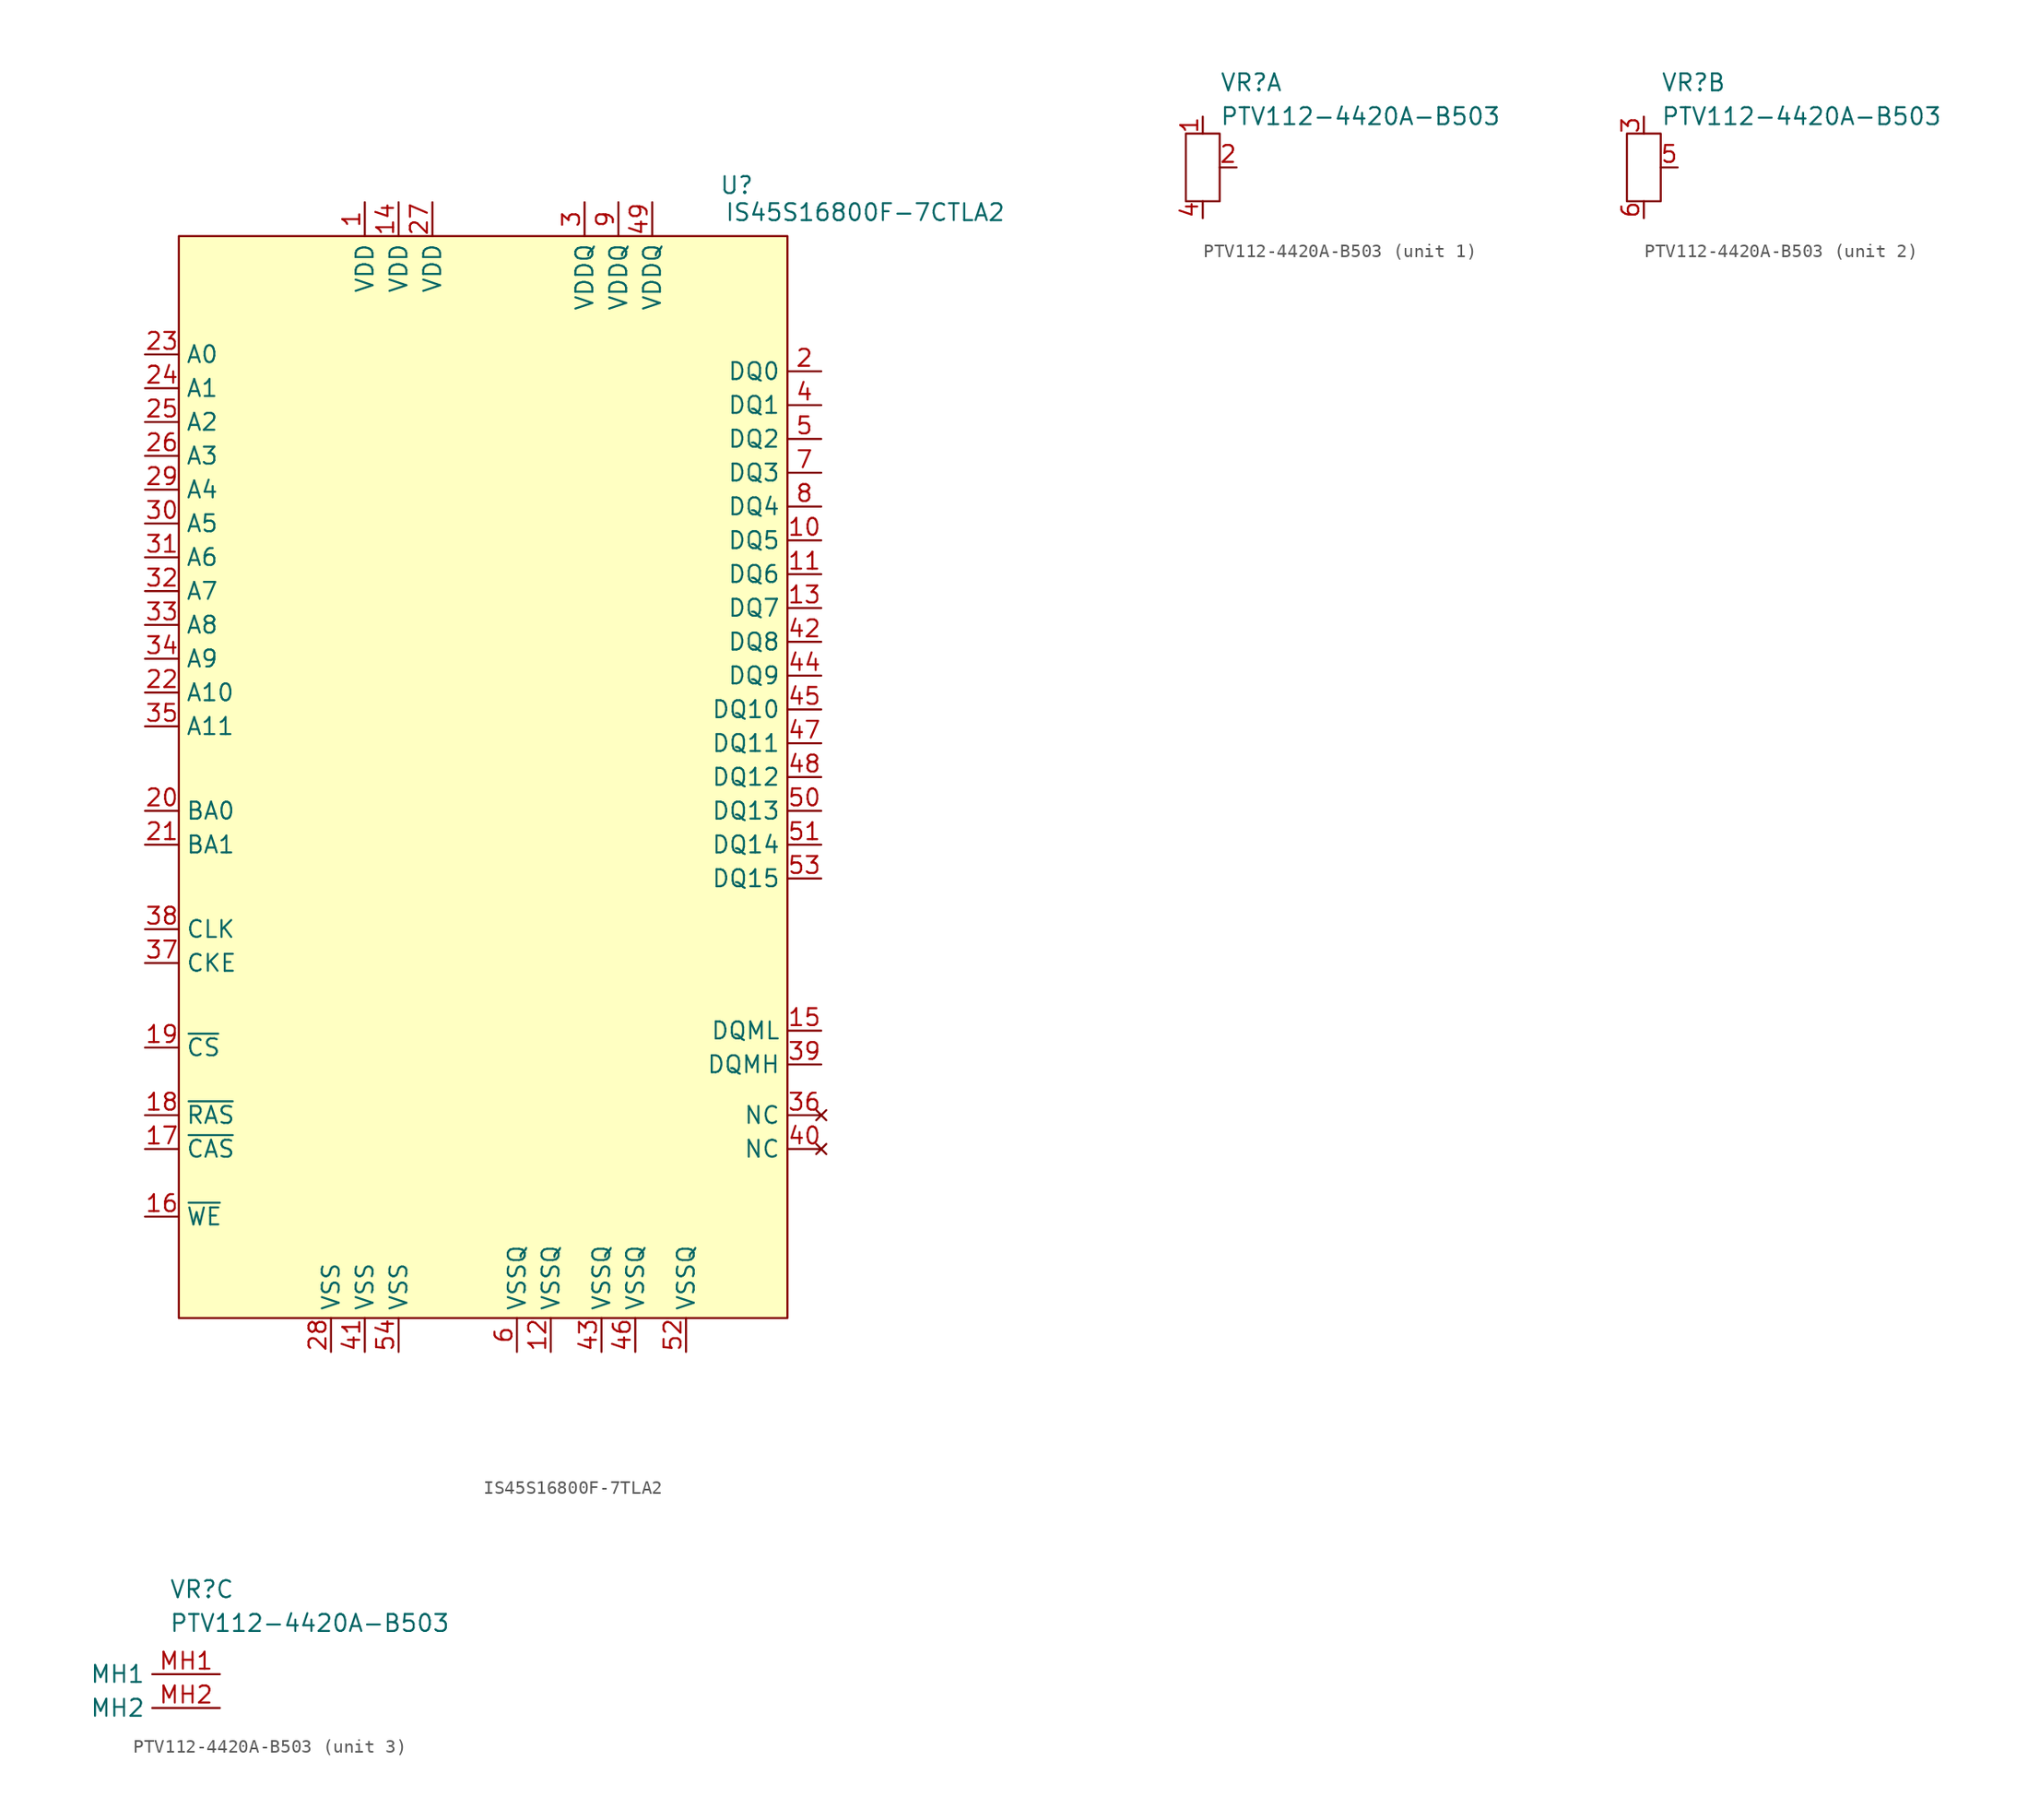
<source format=kicad_sym>
(kicad_symbol_lib
  (version 20231120)
  (generator "kicad_symbol_editor")
  (generator_version "8.0")
  (symbol "IS45S16800F-7TLA2"
    (property "Reference" "U"
      (at 19.05 43.18 0)
      (effects (font (size 1.27 1.27))))
    (property "Value" "IS45S16800F-7CTLA2"
      (at 28.702 41.148 0)
      (effects (font (size 1.27 1.27))))
    (symbol "IS45S16800F-7TLA2_1_1"
      (rectangle (start -22.86 39.37) (end 22.86 -41.91) (stroke (width 0) (type default)) (fill (type background)))
      (pin power_in line (at -8.89 41.91 270) (length 2.54) (name "VDD" (effects (font (size 1.27 1.27)))) (number "1" (effects (font (size 1.27 1.27)))))
      (pin bidirectional line (at 25.4 16.51 180) (length 2.54) (name "DQ5" (effects (font (size 1.27 1.27)))) (number "10" (effects (font (size 1.27 1.27)))))
      (pin bidirectional line (at 25.4 13.97 180) (length 2.54) (name "DQ6" (effects (font (size 1.27 1.27)))) (number "11" (effects (font (size 1.27 1.27)))))
      (pin input line (at 5.08 -44.45 90) (length 2.54) (name "VSSQ" (effects (font (size 1.27 1.27)))) (number "12" (effects (font (size 1.27 1.27)))))
      (pin bidirectional line (at 25.4 11.43 180) (length 2.54) (name "DQ7" (effects (font (size 1.27 1.27)))) (number "13" (effects (font (size 1.27 1.27)))))
      (pin power_in line (at -6.35 41.91 270) (length 2.54) (name "VDD" (effects (font (size 1.27 1.27)))) (number "14" (effects (font (size 1.27 1.27)))))
      (pin input line (at 25.4 -20.32 180) (length 2.54) (name "DQML" (effects (font (size 1.27 1.27)))) (number "15" (effects (font (size 1.27 1.27)))))
      (pin input line (at -25.4 -34.29 0) (length 2.54) (name "~{WE}" (effects (font (size 1.27 1.27)))) (number "16" (effects (font (size 1.27 1.27)))))
      (pin input line (at -25.4 -29.21 0) (length 2.54) (name "~{CAS}" (effects (font (size 1.27 1.27)))) (number "17" (effects (font (size 1.27 1.27)))))
      (pin input line (at -25.4 -26.67 0) (length 2.54) (name "~{RAS}" (effects (font (size 1.27 1.27)))) (number "18" (effects (font (size 1.27 1.27)))))
      (pin input line (at -25.4 -21.59 0) (length 2.54) (name "~{CS}" (effects (font (size 1.27 1.27)))) (number "19" (effects (font (size 1.27 1.27)))))
      (pin bidirectional line (at 25.4 29.21 180) (length 2.54) (name "DQ0" (effects (font (size 1.27 1.27)))) (number "2" (effects (font (size 1.27 1.27)))))
      (pin input line (at -25.4 -3.81 0) (length 2.54) (name "BA0" (effects (font (size 1.27 1.27)))) (number "20" (effects (font (size 1.27 1.27)))))
      (pin input line (at -25.4 -6.35 0) (length 2.54) (name "BA1" (effects (font (size 1.27 1.27)))) (number "21" (effects (font (size 1.27 1.27)))))
      (pin input line (at -25.4 5.08 0) (length 2.54) (name "A10" (effects (font (size 1.27 1.27)))) (number "22" (effects (font (size 1.27 1.27)))))
      (pin input line (at -25.4 30.48 0) (length 2.54) (name "A0" (effects (font (size 1.27 1.27)))) (number "23" (effects (font (size 1.27 1.27)))))
      (pin input line (at -25.4 27.94 0) (length 2.54) (name "A1" (effects (font (size 1.27 1.27)))) (number "24" (effects (font (size 1.27 1.27)))))
      (pin input line (at -25.4 25.4 0) (length 2.54) (name "A2" (effects (font (size 1.27 1.27)))) (number "25" (effects (font (size 1.27 1.27)))))
      (pin input line (at -25.4 22.86 0) (length 2.54) (name "A3" (effects (font (size 1.27 1.27)))) (number "26" (effects (font (size 1.27 1.27)))))
      (pin power_in line (at -3.81 41.91 270) (length 2.54) (name "VDD" (effects (font (size 1.27 1.27)))) (number "27" (effects (font (size 1.27 1.27)))))
      (pin power_in line (at -11.43 -44.45 90) (length 2.54) (name "VSS" (effects (font (size 1.27 1.27)))) (number "28" (effects (font (size 1.27 1.27)))))
      (pin input line (at -25.4 20.32 0) (length 2.54) (name "A4" (effects (font (size 1.27 1.27)))) (number "29" (effects (font (size 1.27 1.27)))))
      (pin power_in line (at 7.62 41.91 270) (length 2.54) (name "VDDQ" (effects (font (size 1.27 1.27)))) (number "3" (effects (font (size 1.27 1.27)))))
      (pin input line (at -25.4 17.78 0) (length 2.54) (name "A5" (effects (font (size 1.27 1.27)))) (number "30" (effects (font (size 1.27 1.27)))))
      (pin input line (at -25.4 15.24 0) (length 2.54) (name "A6" (effects (font (size 1.27 1.27)))) (number "31" (effects (font (size 1.27 1.27)))))
      (pin input line (at -25.4 12.7 0) (length 2.54) (name "A7" (effects (font (size 1.27 1.27)))) (number "32" (effects (font (size 1.27 1.27)))))
      (pin input line (at -25.4 10.16 0) (length 2.54) (name "A8" (effects (font (size 1.27 1.27)))) (number "33" (effects (font (size 1.27 1.27)))))
      (pin input line (at -25.4 7.62 0) (length 2.54) (name "A9" (effects (font (size 1.27 1.27)))) (number "34" (effects (font (size 1.27 1.27)))))
      (pin input line (at -25.4 2.54 0) (length 2.54) (name "A11" (effects (font (size 1.27 1.27)))) (number "35" (effects (font (size 1.27 1.27)))))
      (pin no_connect line (at 25.4 -26.67 180) (length 2.54) (name "NC" (effects (font (size 1.27 1.27)))) (number "36" (effects (font (size 1.27 1.27)))))
      (pin input line (at -25.4 -15.24 0) (length 2.54) (name "CKE" (effects (font (size 1.27 1.27)))) (number "37" (effects (font (size 1.27 1.27)))))
      (pin input line (at -25.4 -12.7 0) (length 2.54) (name "CLK" (effects (font (size 1.27 1.27)))) (number "38" (effects (font (size 1.27 1.27)))))
      (pin input line (at 25.4 -22.86 180) (length 2.54) (name "DQMH" (effects (font (size 1.27 1.27)))) (number "39" (effects (font (size 1.27 1.27)))))
      (pin bidirectional line (at 25.4 26.67 180) (length 2.54) (name "DQ1" (effects (font (size 1.27 1.27)))) (number "4" (effects (font (size 1.27 1.27)))))
      (pin no_connect line (at 25.4 -29.21 180) (length 2.54) (name "NC" (effects (font (size 1.27 1.27)))) (number "40" (effects (font (size 1.27 1.27)))))
      (pin power_in line (at -8.89 -44.45 90) (length 2.54) (name "VSS" (effects (font (size 1.27 1.27)))) (number "41" (effects (font (size 1.27 1.27)))))
      (pin bidirectional line (at 25.4 8.89 180) (length 2.54) (name "DQ8" (effects (font (size 1.27 1.27)))) (number "42" (effects (font (size 1.27 1.27)))))
      (pin input line (at 8.89 -44.45 90) (length 2.54) (name "VSSQ" (effects (font (size 1.27 1.27)))) (number "43" (effects (font (size 1.27 1.27)))))
      (pin bidirectional line (at 25.4 6.35 180) (length 2.54) (name "DQ9" (effects (font (size 1.27 1.27)))) (number "44" (effects (font (size 1.27 1.27)))))
      (pin bidirectional line (at 25.4 3.81 180) (length 2.54) (name "DQ10" (effects (font (size 1.27 1.27)))) (number "45" (effects (font (size 1.27 1.27)))))
      (pin power_in line (at 11.43 -44.45 90) (length 2.54) (name "VSSQ" (effects (font (size 1.27 1.27)))) (number "46" (effects (font (size 1.27 1.27)))))
      (pin bidirectional line (at 25.4 1.27 180) (length 2.54) (name "DQ11" (effects (font (size 1.27 1.27)))) (number "47" (effects (font (size 1.27 1.27)))))
      (pin bidirectional line (at 25.4 -1.27 180) (length 2.54) (name "DQ12" (effects (font (size 1.27 1.27)))) (number "48" (effects (font (size 1.27 1.27)))))
      (pin power_in line (at 12.7 41.91 270) (length 2.54) (name "VDDQ" (effects (font (size 1.27 1.27)))) (number "49" (effects (font (size 1.27 1.27)))))
      (pin bidirectional line (at 25.4 24.13 180) (length 2.54) (name "DQ2" (effects (font (size 1.27 1.27)))) (number "5" (effects (font (size 1.27 1.27)))))
      (pin bidirectional line (at 25.4 -3.81 180) (length 2.54) (name "DQ13" (effects (font (size 1.27 1.27)))) (number "50" (effects (font (size 1.27 1.27)))))
      (pin bidirectional line (at 25.4 -6.35 180) (length 2.54) (name "DQ14" (effects (font (size 1.27 1.27)))) (number "51" (effects (font (size 1.27 1.27)))))
      (pin power_in line (at 15.24 -44.45 90) (length 2.54) (name "VSSQ" (effects (font (size 1.27 1.27)))) (number "52" (effects (font (size 1.27 1.27)))))
      (pin bidirectional line (at 25.4 -8.89 180) (length 2.54) (name "DQ15" (effects (font (size 1.27 1.27)))) (number "53" (effects (font (size 1.27 1.27)))))
      (pin power_in line (at -6.35 -44.45 90) (length 2.54) (name "VSS" (effects (font (size 1.27 1.27)))) (number "54" (effects (font (size 1.27 1.27)))))
      (pin power_in line (at 2.54 -44.45 90) (length 2.54) (name "VSSQ" (effects (font (size 1.27 1.27)))) (number "6" (effects (font (size 1.27 1.27)))))
      (pin bidirectional line (at 25.4 21.59 180) (length 2.54) (name "DQ3" (effects (font (size 1.27 1.27)))) (number "7" (effects (font (size 1.27 1.27)))))
      (pin bidirectional line (at 25.4 19.05 180) (length 2.54) (name "DQ4" (effects (font (size 1.27 1.27)))) (number "8" (effects (font (size 1.27 1.27)))))
      (pin power_in line (at 10.16 41.91 270) (length 2.54) (name "VDDQ" (effects (font (size 1.27 1.27)))) (number "9" (effects (font (size 1.27 1.27)))))))
  (symbol "PTV112-4420A-B503"
    (property "Reference" "VR"
      (at 1.27 7.112 0)
      (effects (font (size 1.27 1.27)) (justify left top)))
    (property "Value" "PTV112-4420A-B503"
      (at 1.27 4.572 0)
      (effects (font (size 1.27 1.27)) (justify left top)))
    (property "ki_locked" ""
      (at 0 0 0)
      (effects (font (size 1.27 1.27))))
    (symbol "PTV112-4420A-B503_1_1"
      (rectangle (start -1.27 2.54) (end 1.27 -2.54) (stroke (width 0) (type default)) (fill (type none)))
      (pin passive line (at 0 3.81 270) (length 1.27) (name "" (effects (font (size 1.27 1.27)))) (number "1" (effects (font (size 1.27 1.27)))))
      (pin passive line (at 2.54 0 180) (length 1.27) (name "" (effects (font (size 1.27 1.27)))) (number "2" (effects (font (size 1.27 1.27)))))
      (pin passive line (at 0 -3.81 90) (length 1.27) (name "" (effects (font (size 1.27 1.27)))) (number "4" (effects (font (size 1.27 1.27))))))
    (symbol "PTV112-4420A-B503_2_1"
      (rectangle (start -1.27 2.54) (end 1.27 -2.54) (stroke (width 0) (type default)) (fill (type none)))
      (pin passive line (at 0 3.81 270) (length 1.27) (name "" (effects (font (size 1.27 1.27)))) (number "3" (effects (font (size 1.27 1.27)))))
      (pin passive line (at 2.54 0 180) (length 1.27) (name "" (effects (font (size 1.27 1.27)))) (number "5" (effects (font (size 1.27 1.27)))))
      (pin passive line (at 0 -3.81 90) (length 1.27) (name "" (effects (font (size 1.27 1.27)))) (number "6" (effects (font (size 1.27 1.27))))))
    (symbol "PTV112-4420A-B503_3_1"
      (pin passive line (at 5.08 0 180) (length 5.08) (name "MH1" (effects (font (size 1.27 1.27)))) (number "MH1" (effects (font (size 1.27 1.27)))))
      (pin passive line (at 5.08 -2.54 180) (length 5.08) (name "MH2" (effects (font (size 1.27 1.27)))) (number "MH2" (effects (font (size 1.27 1.27))))))))
</source>
